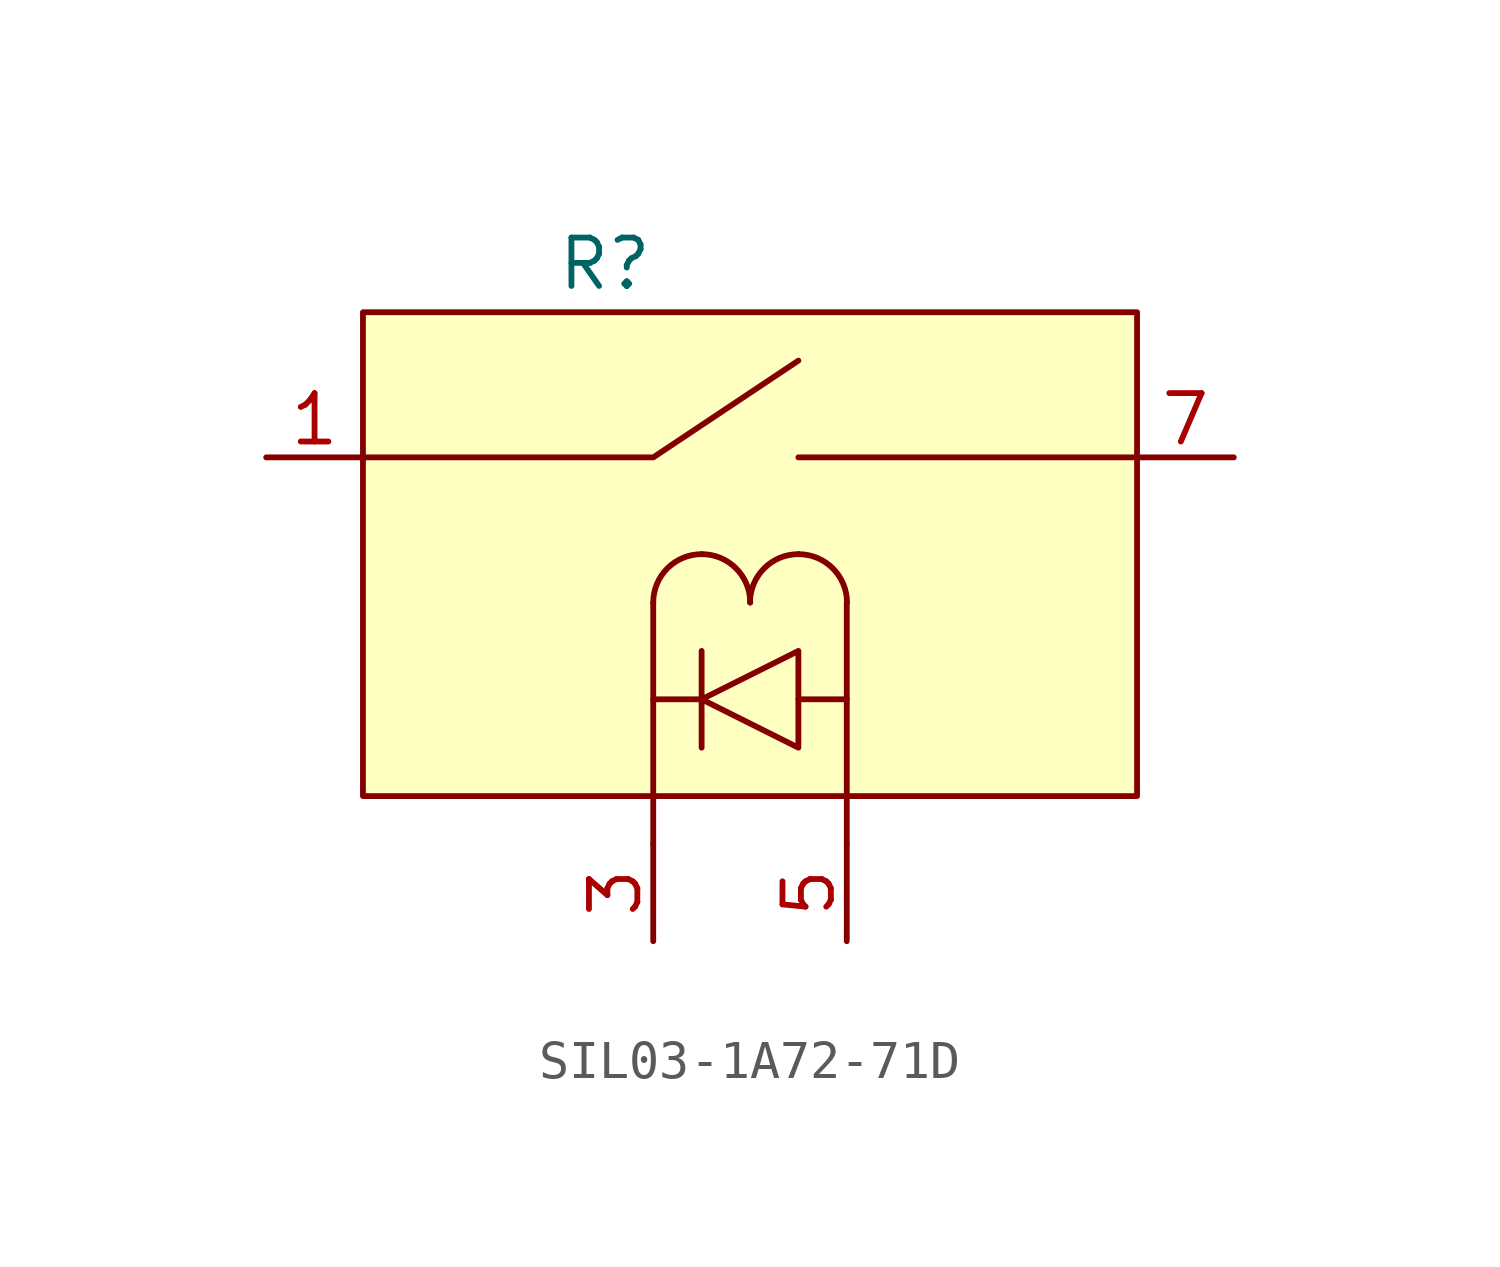
<source format=kicad_sym>
(kicad_symbol_lib
  (version 20220914)
  (generator kicad_symbol_editor)
  (symbol "SIL03-1A72-71D"
    (pin_names
      (offset 0))
    (property "Reference" "R"
      (at 2.54 16.51 0)
      (effects (font (size 1.27 1.27))))
    (property "Value" ""
      (at 0 0 0)
      (effects (font (size 1.27 1.27))))
    (symbol "SIL03-1A72-71D_0_1"
      (rectangle (start -3.81 15.24) (end 16.51 2.54) (stroke (width 0) (type default)) (fill (type background)))
      (polyline (pts (xy 3.81 5.08) (xy 3.81 1.27)) (stroke (width 0) (type default)) (fill (type none)))
      (polyline (pts (xy 5.08 6.35) (xy 5.08 3.81)) (stroke (width 0) (type default)) (fill (type none)))
      (polyline (pts (xy 7.62 11.43) (xy 16.51 11.43)) (stroke (width 0) (type default)) (fill (type none)))
      (polyline (pts (xy 8.89 5.08) (xy 8.89 1.27)) (stroke (width 0) (type default)) (fill (type none)))
      (polyline (pts (xy -3.81 11.43) (xy 3.81 11.43) (xy 7.62 13.97)) (stroke (width 0) (type default)) (fill (type none)))
      (polyline (pts (xy 5.08 5.08) (xy 3.81 5.08) (xy 3.81 7.62)) (stroke (width 0) (type default)) (fill (type none)))
      (polyline (pts (xy 7.62 5.08) (xy 8.89 5.08) (xy 8.89 7.62)) (stroke (width 0) (type default)) (fill (type none)))
      (polyline (pts (xy 7.62 6.35) (xy 7.62 5.08) (xy 7.62 3.81) (xy 5.08 5.08) (xy 7.62 6.35)) (stroke (width 0) (type default)) (fill (type none)))
      (arc (start 5.08 8.89) (mid 4.182 8.518) (end 3.81 7.62) (stroke (width 0) (type default)) (fill (type none)))
      (arc (start 6.35 7.62) (mid 5.978 8.518) (end 5.08 8.89) (stroke (width 0) (type default)) (fill (type none)))
      (arc (start 7.62 8.89) (mid 6.722 8.518) (end 6.35 7.62) (stroke (width 0) (type default)) (fill (type none)))
      (arc (start 8.89 7.62) (mid 8.518 8.518) (end 7.62 8.89) (stroke (width 0) (type default)) (fill (type none)))
      (pin unspecified line (at -6.35 11.43 0) (length 2.54) (name "" (effects (font (size 1.27 1.27)))) (number "1" (effects (font (size 1.27 1.27)))))
      (pin unspecified line (at 3.81 -1.27 90) (length 2.54) (name "" (effects (font (size 1.27 1.27)))) (number "3" (effects (font (size 1.27 1.27)))))
      (pin unspecified line (at 8.89 -1.27 90) (length 2.54) (name "" (effects (font (size 1.27 1.27)))) (number "5" (effects (font (size 1.27 1.27)))))
      (pin unspecified line (at 19.05 11.43 180) (length 2.54) (name "" (effects (font (size 1.27 1.27)))) (number "7" (effects (font (size 1.27 1.27))))))))
</source>
